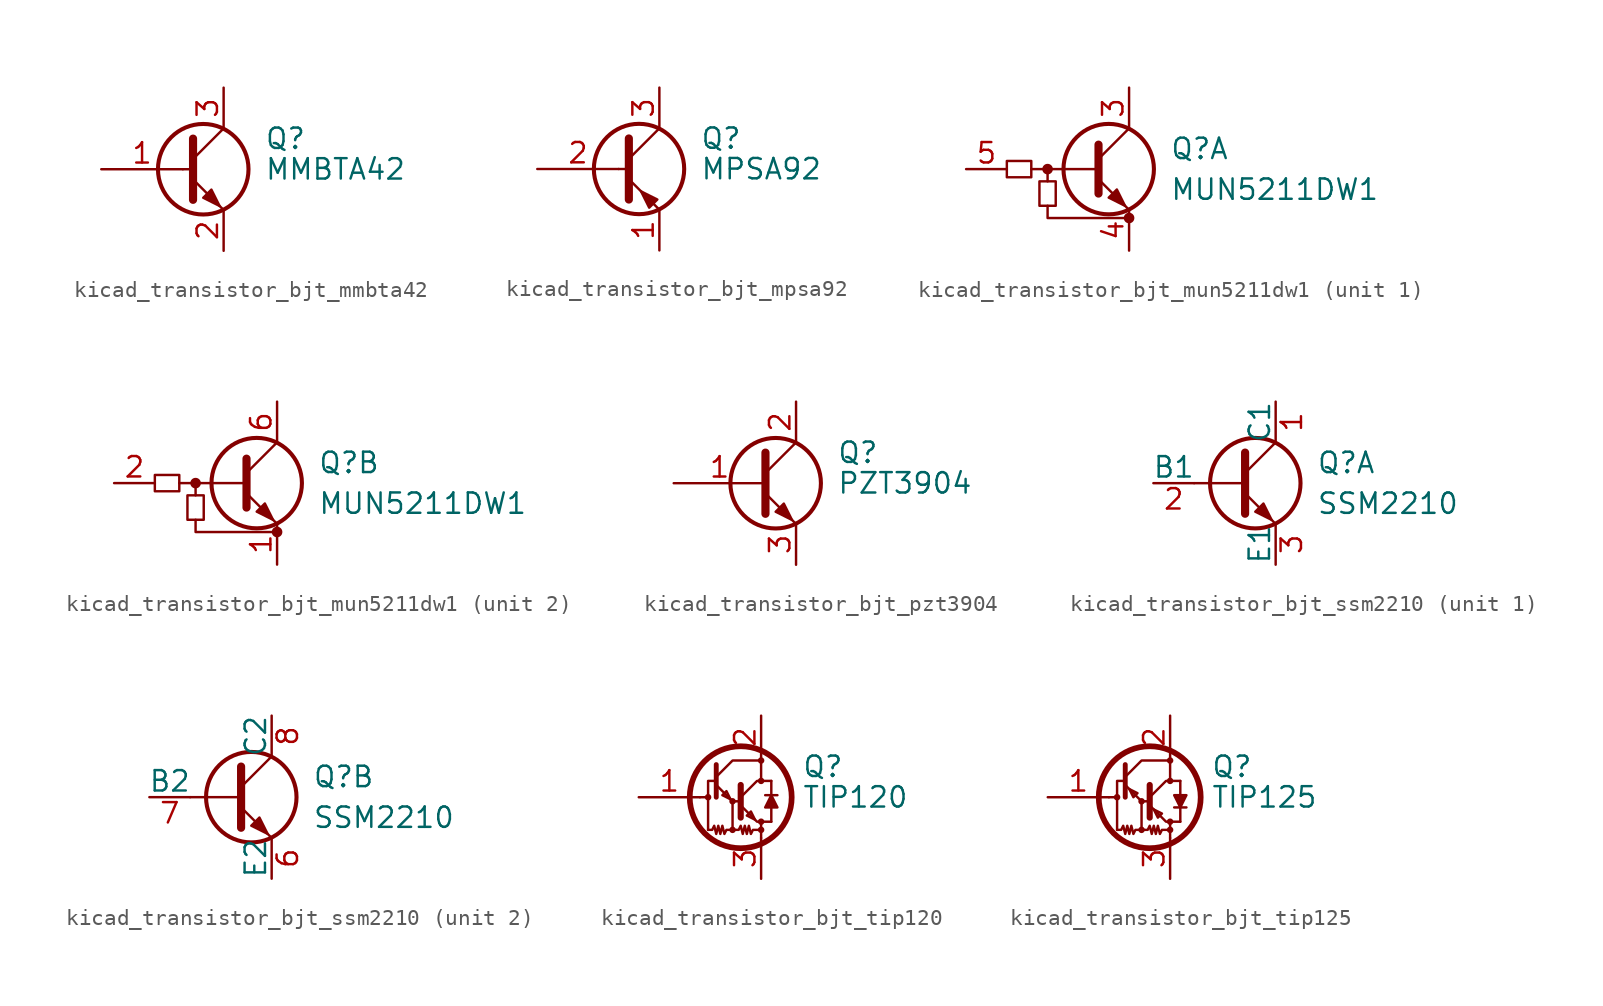
<source format=kicad_sym>
(kicad_symbol_lib
  (version 20220914)
  (generator kicad_symbol_editor)
  (symbol "kicad_transistor_bjt_mmbta42"
    (pin_names
      (offset 0) hide)
    (property "Reference" "Q"
      (at 5.08 1.905 0)
      (effects (font (size 1.27 1.27)) (justify left)))
    (property "Value" "MMBTA42"
      (at 5.08 0 0)
      (effects (font (size 1.27 1.27)) (justify left)))
    (symbol "kicad_transistor_bjt_mmbta42_0_1"
      (polyline (pts (xy 0 0) (xy 0.635 0)) (stroke (width 0) (type default)) (fill (type none)))
      (polyline (pts (xy 0.635 0.635) (xy 2.54 2.54)) (stroke (width 0) (type default)) (fill (type none)))
      (polyline (pts (xy 0.635 -0.635) (xy 2.54 -2.54) (xy 2.54 -2.54)) (stroke (width 0) (type default)) (fill (type none)))
      (polyline (pts (xy 0.635 1.905) (xy 0.635 -1.905) (xy 0.635 -1.905)) (stroke (width 0.508) (type default)) (fill (type none)))
      (polyline (pts (xy 1.27 -1.778) (xy 1.778 -1.27) (xy 2.286 -2.286) (xy 1.27 -1.778) (xy 1.27 -1.778)) (stroke (width 0) (type default)) (fill (type outline)))
      (circle (center 1.27 0) (radius 2.819) (stroke (width 0.254) (type default)) (fill (type none))))
    (symbol "kicad_transistor_bjt_mmbta42_1_1"
      (pin input line (at -5.08 0 0) (length 5.08) (name "B" (effects (font (size 1.27 1.27)))) (number "1" (effects (font (size 1.27 1.27)))))
      (pin passive line (at 2.54 -5.08 90) (length 2.54) (name "E" (effects (font (size 1.27 1.27)))) (number "2" (effects (font (size 1.27 1.27)))))
      (pin passive line (at 2.54 5.08 270) (length 2.54) (name "C" (effects (font (size 1.27 1.27)))) (number "3" (effects (font (size 1.27 1.27)))))))
  (symbol "kicad_transistor_bjt_mpsa92"
    (pin_names
      (offset 1.016) hide)
    (property "Reference" "Q"
      (at 5.08 1.905 0)
      (effects (font (size 1.27 1.27)) (justify left)))
    (property "Value" "MPSA92"
      (at 5.08 0 0)
      (effects (font (size 1.27 1.27)) (justify left)))
    (symbol "kicad_transistor_bjt_mpsa92_0_1"
      (polyline (pts (xy 0 0) (xy 0.635 0)) (stroke (width 0) (type default)) (fill (type none)))
      (polyline (pts (xy 2.54 -2.54) (xy 0.635 -0.635)) (stroke (width 0) (type default)) (fill (type none)))
      (polyline (pts (xy 2.54 2.54) (xy 0.635 0.635)) (stroke (width 0) (type default)) (fill (type none)))
      (polyline (pts (xy 0.635 1.905) (xy 0.635 -1.905) (xy 0.635 -1.905)) (stroke (width 0.508) (type default)) (fill (type outline)))
      (polyline (pts (xy 1.905 -2.413) (xy 2.413 -1.905) (xy 1.397 -1.397) (xy 1.905 -2.413) (xy 1.905 -2.413)) (stroke (width 0) (type default)) (fill (type outline)))
      (circle (center 1.27 0) (radius 2.819) (stroke (width 0.254) (type default)) (fill (type none))))
    (symbol "kicad_transistor_bjt_mpsa92_1_1"
      (pin passive line (at 2.54 -5.08 90) (length 2.54) (name "E" (effects (font (size 1.27 1.27)))) (number "1" (effects (font (size 1.27 1.27)))))
      (pin input line (at -5.08 0 0) (length 5.08) (name "B" (effects (font (size 1.27 1.27)))) (number "2" (effects (font (size 1.27 1.27)))))
      (pin passive line (at 2.54 5.08 270) (length 2.54) (name "C" (effects (font (size 1.27 1.27)))) (number "3" (effects (font (size 1.27 1.27)))))))
  (symbol "kicad_transistor_bjt_mun5211dw1"
    (pin_names hide)
    (property "Reference" "Q"
      (at 3.81 1.27 0)
      (effects (font (size 1.27 1.27)) (justify left)))
    (property "Value" "MUN5211DW1"
      (at 3.81 -1.27 0)
      (effects (font (size 1.27 1.27)) (justify left)))
    (symbol "kicad_transistor_bjt_mun5211dw1_0_1"
      (rectangle (start -6.35 0.508) (end -4.826 -0.508) (stroke (width 0) (type default)) (fill (type none)))
      (rectangle (start -4.318 -2.286) (end -3.302 -0.762) (stroke (width 0) (type default)) (fill (type none)))
      (circle (center -3.81 0) (radius 0.254) (stroke (width 0) (type default)) (fill (type outline)))
      (polyline (pts (xy -3.81 -0.762) (xy -3.81 0)) (stroke (width 0) (type default)) (fill (type none)))
      (polyline (pts (xy -0.762 0) (xy -4.826 0)) (stroke (width 0) (type default)) (fill (type none)))
      (polyline (pts (xy -0.635 1.524) (xy -0.635 -1.524)) (stroke (width 0.508) (type default)) (fill (type none)))
      (polyline (pts (xy -3.81 -2.286) (xy -3.81 -3.048) (xy 1.27 -3.048)) (stroke (width 0) (type default)) (fill (type none)))
      (circle (center 1.27 -3.048) (radius 0.254) (stroke (width 0) (type default)) (fill (type outline))))
    (symbol "kicad_transistor_bjt_mun5211dw1_1_1"
      (polyline (pts (xy -0.635 0.635) (xy 1.27 2.54)) (stroke (width 0) (type default)) (fill (type none)))
      (polyline (pts (xy -0.635 -0.635) (xy 1.27 -2.54) (xy 1.27 -2.54)) (stroke (width 0) (type default)) (fill (type none)))
      (polyline (pts (xy 0 -1.778) (xy 0.508 -1.27) (xy 1.016 -2.286) (xy 0 -1.778) (xy 0 -1.778)) (stroke (width 0) (type default)) (fill (type outline)))
      (circle (center 0 0) (radius 2.819) (stroke (width 0.254) (type default)) (fill (type none)))
      (pin passive line (at 1.27 5.08 270) (length 2.54) (name "C1" (effects (font (size 1.27 1.27)))) (number "3" (effects (font (size 1.27 1.27)))))
      (pin passive line (at 1.27 -5.08 90) (length 2.54) (name "E1" (effects (font (size 1.27 1.27)))) (number "4" (effects (font (size 1.27 1.27)))))
      (pin input line (at -8.89 0 0) (length 2.54) (name "B1" (effects (font (size 1.27 1.27)))) (number "5" (effects (font (size 1.27 1.27))))))
    (symbol "kicad_transistor_bjt_mun5211dw1_2_1"
      (polyline (pts (xy -0.635 0.635) (xy 1.27 2.54)) (stroke (width 0) (type default)) (fill (type none)))
      (polyline (pts (xy -0.635 -0.635) (xy 1.27 -2.54) (xy 1.27 -2.54)) (stroke (width 0) (type default)) (fill (type none)))
      (polyline (pts (xy 0 -1.778) (xy 0.508 -1.27) (xy 1.016 -2.286) (xy 0 -1.778) (xy 0 -1.778)) (stroke (width 0) (type default)) (fill (type outline)))
      (circle (center 0 0) (radius 2.819) (stroke (width 0.254) (type default)) (fill (type none)))
      (pin passive line (at 1.27 -5.08 90) (length 2.54) (name "E2" (effects (font (size 1.27 1.27)))) (number "1" (effects (font (size 1.27 1.27)))))
      (pin input line (at -8.89 0 0) (length 2.54) (name "B2" (effects (font (size 1.27 1.27)))) (number "2" (effects (font (size 1.27 1.27)))))
      (pin passive line (at 1.27 5.08 270) (length 2.54) (name "C2" (effects (font (size 1.27 1.27)))) (number "6" (effects (font (size 1.27 1.27)))))))
  (symbol "kicad_transistor_bjt_pzt3904"
    (pin_names
      (offset 0) hide)
    (property "Reference" "Q"
      (at 5.08 1.905 0)
      (effects (font (size 1.27 1.27)) (justify left)))
    (property "Value" "PZT3904"
      (at 5.08 0 0)
      (effects (font (size 1.27 1.27)) (justify left)))
    (symbol "kicad_transistor_bjt_pzt3904_0_1"
      (polyline (pts (xy 0.635 0.635) (xy 2.54 2.54)) (stroke (width 0) (type default)) (fill (type none)))
      (polyline (pts (xy 0.635 -0.635) (xy 2.54 -2.54) (xy 2.54 -2.54)) (stroke (width 0) (type default)) (fill (type none)))
      (polyline (pts (xy 0.635 1.905) (xy 0.635 -1.905) (xy 0.635 -1.905)) (stroke (width 0.508) (type default)) (fill (type none)))
      (polyline (pts (xy 1.27 -1.778) (xy 1.778 -1.27) (xy 2.286 -2.286) (xy 1.27 -1.778) (xy 1.27 -1.778)) (stroke (width 0) (type default)) (fill (type outline)))
      (circle (center 1.27 0) (radius 2.819) (stroke (width 0.254) (type default)) (fill (type none))))
    (symbol "kicad_transistor_bjt_pzt3904_1_1"
      (pin input line (at -5.08 0 0) (length 5.715) (name "B" (effects (font (size 1.27 1.27)))) (number "1" (effects (font (size 1.27 1.27)))))
      (pin passive line (at 2.54 5.08 270) (length 2.54) (name "C" (effects (font (size 1.27 1.27)))) (number "2" (effects (font (size 1.27 1.27)))))
      (pin passive line (at 2.54 -5.08 90) (length 2.54) (name "E" (effects (font (size 1.27 1.27)))) (number "3" (effects (font (size 1.27 1.27)))))
      (pin passive line (at 2.54 5.08 270) (length 2.54) hide (name "C" (effects (font (size 1.27 1.27)))) (number "4" (effects (font (size 1.27 1.27)))))))
  (symbol "kicad_transistor_bjt_ssm2210"
    (pin_names
      (offset 0))
    (property "Reference" "Q"
      (at 5.08 1.27 0)
      (effects (font (size 1.27 1.27)) (justify left)))
    (property "Value" "SSM2210"
      (at 5.08 -1.27 0)
      (effects (font (size 1.27 1.27)) (justify left)))
    (symbol "kicad_transistor_bjt_ssm2210_0_1"
      (polyline (pts (xy 0.635 0) (xy -2.54 0)) (stroke (width 0) (type default)) (fill (type none)))
      (polyline (pts (xy 0.635 0.635) (xy 2.54 2.54)) (stroke (width 0) (type default)) (fill (type none)))
      (polyline (pts (xy 0.635 -0.635) (xy 2.54 -2.54) (xy 2.54 -2.54)) (stroke (width 0) (type default)) (fill (type none)))
      (polyline (pts (xy 0.635 1.905) (xy 0.635 -1.905) (xy 0.635 -1.905)) (stroke (width 0.508) (type default)) (fill (type none)))
      (polyline (pts (xy 1.27 -1.778) (xy 1.778 -1.27) (xy 2.286 -2.286) (xy 1.27 -1.778) (xy 1.27 -1.778)) (stroke (width 0) (type default)) (fill (type outline)))
      (circle (center 1.27 0) (radius 2.819) (stroke (width 0.254) (type default)) (fill (type none))))
    (symbol "kicad_transistor_bjt_ssm2210_1_1"
      (pin passive line (at 2.54 5.08 270) (length 2.54) (name "C1" (effects (font (size 1.27 1.27)))) (number "1" (effects (font (size 1.27 1.27)))))
      (pin input line (at -5.08 0 0) (length 2.54) (name "B1" (effects (font (size 1.27 1.27)))) (number "2" (effects (font (size 1.27 1.27)))))
      (pin passive line (at 2.54 -5.08 90) (length 2.54) (name "E1" (effects (font (size 1.27 1.27)))) (number "3" (effects (font (size 1.27 1.27))))))
    (symbol "kicad_transistor_bjt_ssm2210_2_1"
      (pin passive line (at 2.54 -5.08 90) (length 2.54) (name "E2" (effects (font (size 1.27 1.27)))) (number "6" (effects (font (size 1.27 1.27)))))
      (pin input line (at -5.08 0 0) (length 2.54) (name "B2" (effects (font (size 1.27 1.27)))) (number "7" (effects (font (size 1.27 1.27)))))
      (pin passive line (at 2.54 5.08 270) (length 2.54) (name "C2" (effects (font (size 1.27 1.27)))) (number "8" (effects (font (size 1.27 1.27)))))))
  (symbol "kicad_transistor_bjt_tip120"
    (pin_names
      (offset 0) hide)
    (property "Reference" "Q"
      (at 5.08 1.905 0)
      (effects (font (size 1.27 1.27)) (justify left)))
    (property "Value" "TIP120"
      (at 5.08 0 0)
      (effects (font (size 1.27 1.27)) (justify left)))
    (symbol "kicad_transistor_bjt_tip120_0_1"
      (circle (center -0.762 0) (radius 0.127) (stroke (width 0) (type default)) (fill (type none)))
      (polyline (pts (xy -1.27 0) (xy -0.889 0)) (stroke (width 0) (type default)) (fill (type none)))
      (polyline (pts (xy 2.54 -2.032) (xy 2.54 -2.54)) (stroke (width 0) (type default)) (fill (type none)))
      (polyline (pts (xy 2.54 -1.524) (xy 3.175 -1.524)) (stroke (width 0) (type default)) (fill (type none)))
      (polyline (pts (xy 2.794 0.127) (xy 3.556 0.127)) (stroke (width 0) (type default)) (fill (type none)))
      (polyline (pts (xy 3.175 -0.635) (xy 3.175 -1.524)) (stroke (width 0) (type default)) (fill (type none)))
      (polyline (pts (xy 3.175 1.016) (xy 2.54 1.016)) (stroke (width 0) (type default)) (fill (type none)))
      (polyline (pts (xy 3.175 1.016) (xy 3.175 0.127)) (stroke (width 0) (type default)) (fill (type none)))
      (polyline (pts (xy -0.254 0.762) (xy 0.762 -0.254) (xy 1.27 -0.254)) (stroke (width 0) (type default)) (fill (type none)))
      (polyline (pts (xy -0.254 1.016) (xy -0.762 1.016) (xy -0.762 -2.032)) (stroke (width 0) (type default)) (fill (type none)))
      (polyline (pts (xy -0.254 1.27) (xy 0.762 2.286) (xy 2.54 2.286)) (stroke (width 0) (type default)) (fill (type none)))
      (polyline (pts (xy -0.254 2.032) (xy -0.254 0) (xy -0.254 0)) (stroke (width 0.305) (type default)) (fill (type none)))
      (polyline (pts (xy 1.27 0.762) (xy 1.27 -1.27) (xy 1.27 -1.27)) (stroke (width 0.381) (type default)) (fill (type none)))
      (polyline (pts (xy 0.635 -0.127) (xy 0.381 0.381) (xy 0.127 0.127) (xy 0.635 -0.127)) (stroke (width 0) (type default)) (fill (type none)))
      (polyline (pts (xy 1.27 -0.508) (xy 2.286 -1.524) (xy 2.54 -1.524) (xy 2.54 -2.032)) (stroke (width 0) (type default)) (fill (type none)))
      (polyline (pts (xy 1.27 0) (xy 2.286 1.016) (xy 2.54 1.016) (xy 2.54 2.286)) (stroke (width 0) (type default)) (fill (type none)))
      (polyline (pts (xy 2.159 -1.397) (xy 1.905 -0.889) (xy 1.651 -1.143) (xy 2.159 -1.397)) (stroke (width 0) (type default)) (fill (type none)))
      (polyline (pts (xy 3.175 0.127) (xy 2.794 -0.635) (xy 3.556 -0.635) (xy 3.175 0.127)) (stroke (width 0) (type default)) (fill (type outline)))
      (polyline (pts (xy 0.762 -2.032) (xy 0.381 -2.032) (xy 0.254 -2.286) (xy 0.127 -1.778) (xy 0 -2.286) (xy -0.127 -1.778) (xy -0.254 -2.286) (xy -0.381 -1.778) (xy -0.508 -2.032) (xy -0.762 -2.032)) (stroke (width 0) (type default)) (fill (type none)))
      (polyline (pts (xy 0.762 -0.254) (xy 0.762 -2.032) (xy 1.143 -2.032) (xy 1.27 -1.778) (xy 1.397 -2.286) (xy 1.524 -1.778) (xy 1.651 -2.286) (xy 1.778 -1.778) (xy 1.905 -2.286) (xy 2.032 -2.032) (xy 2.54 -2.032)) (stroke (width 0) (type default)) (fill (type none)))
      (circle (center 0.762 -2.032) (radius 0.127) (stroke (width 0) (type default)) (fill (type none)))
      (circle (center 0.762 -0.254) (radius 0.127) (stroke (width 0) (type default)) (fill (type none)))
      (circle (center 1.27 0) (radius 3.175) (stroke (width 0.356) (type default)) (fill (type none)))
      (circle (center 2.54 -2.032) (radius 0.127) (stroke (width 0) (type default)) (fill (type none)))
      (circle (center 2.54 -1.524) (radius 0.127) (stroke (width 0) (type default)) (fill (type none)))
      (circle (center 2.54 1.016) (radius 0.127) (stroke (width 0) (type default)) (fill (type none)))
      (circle (center 2.54 2.286) (radius 0.127) (stroke (width 0) (type default)) (fill (type none))))
    (symbol "kicad_transistor_bjt_tip120_1_1"
      (pin input line (at -5.08 0 0) (length 3.81) (name "B" (effects (font (size 1.27 1.27)))) (number "1" (effects (font (size 1.27 1.27)))))
      (pin passive line (at 2.54 5.08 270) (length 2.667) (name "C" (effects (font (size 1.27 1.27)))) (number "2" (effects (font (size 1.27 1.27)))))
      (pin passive line (at 2.54 -5.08 90) (length 2.54) (name "E" (effects (font (size 1.27 1.27)))) (number "3" (effects (font (size 1.27 1.27)))))))
  (symbol "kicad_transistor_bjt_tip125"
    (pin_names
      (offset 0) hide)
    (property "Reference" "Q"
      (at 5.08 1.905 0)
      (effects (font (size 1.27 1.27)) (justify left)))
    (property "Value" "TIP125"
      (at 5.08 0 0)
      (effects (font (size 1.27 1.27)) (justify left)))
    (symbol "kicad_transistor_bjt_tip125_0_1"
      (circle (center -0.762 0) (radius 0.127) (stroke (width 0) (type default)) (fill (type none)))
      (polyline (pts (xy -1.27 0) (xy -0.889 0)) (stroke (width 0) (type default)) (fill (type none)))
      (polyline (pts (xy 2.54 -2.032) (xy 2.54 -2.54)) (stroke (width 0) (type default)) (fill (type none)))
      (polyline (pts (xy 2.54 -1.524) (xy 3.175 -1.524)) (stroke (width 0) (type default)) (fill (type none)))
      (polyline (pts (xy 2.794 -0.635) (xy 3.556 -0.635)) (stroke (width 0) (type default)) (fill (type none)))
      (polyline (pts (xy 3.175 -1.524) (xy 3.175 -0.635)) (stroke (width 0) (type default)) (fill (type none)))
      (polyline (pts (xy 3.175 0.127) (xy 3.175 1.016)) (stroke (width 0) (type default)) (fill (type none)))
      (polyline (pts (xy 3.175 1.016) (xy 2.54 1.016)) (stroke (width 0) (type default)) (fill (type none)))
      (polyline (pts (xy -0.254 0.762) (xy 0.762 -0.254) (xy 1.27 -0.254)) (stroke (width 0) (type default)) (fill (type none)))
      (polyline (pts (xy -0.254 1.016) (xy -0.762 1.016) (xy -0.762 -2.032)) (stroke (width 0) (type default)) (fill (type none)))
      (polyline (pts (xy -0.254 1.27) (xy 0.762 2.286) (xy 2.54 2.286)) (stroke (width 0) (type default)) (fill (type none)))
      (polyline (pts (xy -0.254 2.032) (xy -0.254 0) (xy -0.254 0)) (stroke (width 0.305) (type default)) (fill (type none)))
      (polyline (pts (xy 1.27 0.762) (xy 1.27 -1.27) (xy 1.27 -1.27)) (stroke (width 0.381) (type default)) (fill (type none)))
      (polyline (pts (xy 0 0.508) (xy 0.254 0) (xy 0.508 0.254) (xy 0 0.508)) (stroke (width 0) (type default)) (fill (type none)))
      (polyline (pts (xy 1.27 -0.508) (xy 2.286 -1.524) (xy 2.54 -1.524) (xy 2.54 -2.032)) (stroke (width 0) (type default)) (fill (type none)))
      (polyline (pts (xy 1.27 0) (xy 2.286 1.016) (xy 2.54 1.016) (xy 2.54 2.286)) (stroke (width 0) (type default)) (fill (type none)))
      (polyline (pts (xy 1.524 -0.762) (xy 1.778 -1.27) (xy 2.032 -1.016) (xy 1.524 -0.762)) (stroke (width 0) (type default)) (fill (type none)))
      (polyline (pts (xy 3.175 -0.635) (xy 2.794 0.127) (xy 3.556 0.127) (xy 3.175 -0.635)) (stroke (width 0) (type default)) (fill (type outline)))
      (polyline (pts (xy 0.762 -2.032) (xy 0.381 -2.032) (xy 0.254 -2.286) (xy 0.127 -1.778) (xy 0 -2.286) (xy -0.127 -1.778) (xy -0.254 -2.286) (xy -0.381 -1.778) (xy -0.508 -2.032) (xy -0.762 -2.032)) (stroke (width 0) (type default)) (fill (type none)))
      (polyline (pts (xy 0.762 -0.254) (xy 0.762 -2.032) (xy 1.143 -2.032) (xy 1.27 -1.778) (xy 1.397 -2.286) (xy 1.524 -1.778) (xy 1.651 -2.286) (xy 1.778 -1.778) (xy 1.905 -2.286) (xy 2.032 -2.032) (xy 2.54 -2.032)) (stroke (width 0) (type default)) (fill (type none)))
      (circle (center 0.762 -2.032) (radius 0.127) (stroke (width 0) (type default)) (fill (type none)))
      (circle (center 0.762 -0.254) (radius 0.127) (stroke (width 0) (type default)) (fill (type none)))
      (circle (center 1.27 0) (radius 3.175) (stroke (width 0.356) (type default)) (fill (type none)))
      (circle (center 2.54 -2.032) (radius 0.127) (stroke (width 0) (type default)) (fill (type none)))
      (circle (center 2.54 -1.524) (radius 0.127) (stroke (width 0) (type default)) (fill (type none)))
      (circle (center 2.54 1.016) (radius 0.127) (stroke (width 0) (type default)) (fill (type none)))
      (circle (center 2.54 2.286) (radius 0.127) (stroke (width 0) (type default)) (fill (type none))))
    (symbol "kicad_transistor_bjt_tip125_1_1"
      (pin input line (at -5.08 0 0) (length 3.81) (name "B" (effects (font (size 1.27 1.27)))) (number "1" (effects (font (size 1.27 1.27)))))
      (pin passive line (at 2.54 5.08 270) (length 2.667) (name "C" (effects (font (size 1.27 1.27)))) (number "2" (effects (font (size 1.27 1.27)))))
      (pin passive line (at 2.54 -5.08 90) (length 2.54) (name "E" (effects (font (size 1.27 1.27)))) (number "3" (effects (font (size 1.27 1.27))))))))
</source>
